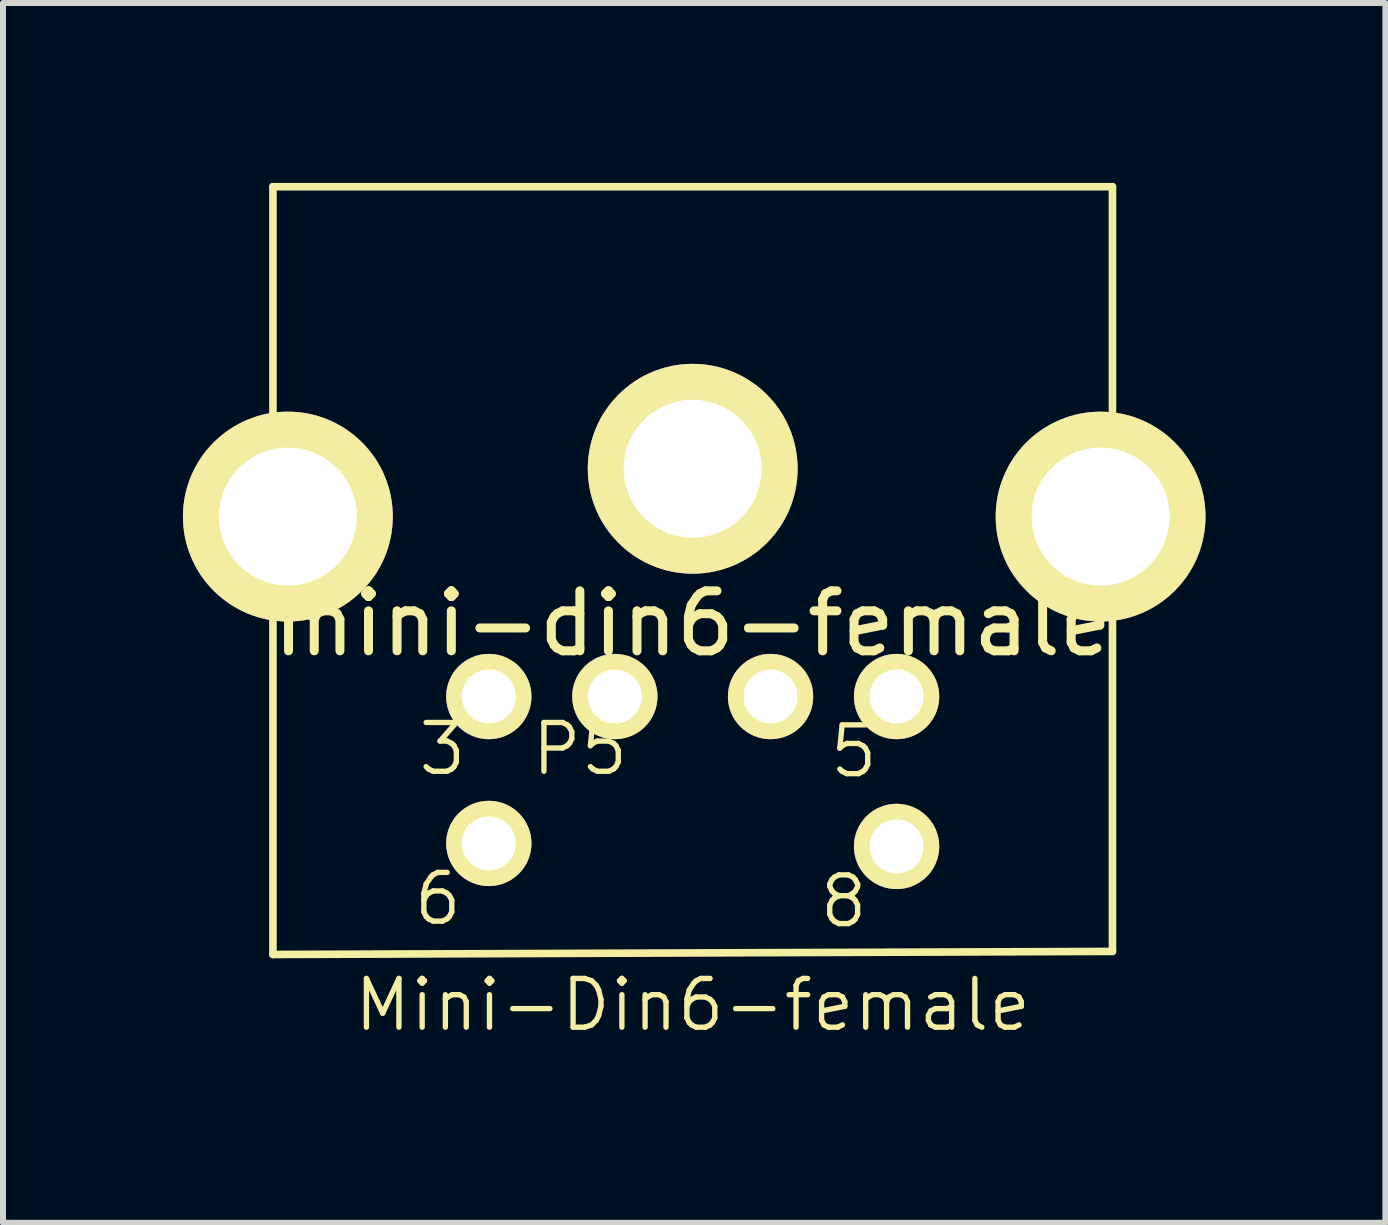
<source format=kicad_pcb>
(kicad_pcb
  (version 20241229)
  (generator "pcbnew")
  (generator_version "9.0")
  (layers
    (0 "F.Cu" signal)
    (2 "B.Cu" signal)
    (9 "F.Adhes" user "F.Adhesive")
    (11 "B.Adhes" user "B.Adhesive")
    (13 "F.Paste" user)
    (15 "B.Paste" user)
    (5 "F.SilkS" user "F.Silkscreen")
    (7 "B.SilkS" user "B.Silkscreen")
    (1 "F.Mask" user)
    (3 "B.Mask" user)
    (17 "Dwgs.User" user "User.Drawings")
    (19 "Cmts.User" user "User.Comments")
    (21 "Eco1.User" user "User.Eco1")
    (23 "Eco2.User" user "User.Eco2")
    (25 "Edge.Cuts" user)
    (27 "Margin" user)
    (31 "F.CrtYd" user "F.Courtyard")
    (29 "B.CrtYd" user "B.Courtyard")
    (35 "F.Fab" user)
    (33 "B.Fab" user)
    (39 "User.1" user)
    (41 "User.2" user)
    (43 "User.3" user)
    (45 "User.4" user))
  (footprint "mini-din6-female"
    (layer "F.Cu")
    (at 8.498 6.845)
    (property "Reference" "mini-din6-female" (at 0 0.5 0) (layer "F.SilkS") (effects (font (size 1 1) (thickness 0.15))))
    (attr through_hole)
    (fp_line (start -6.998 -6.782) (end -6.998 -2.281) (stroke (width 0.127) (type solid)) (layer "F.SilkS"))
    (fp_line (start -6.998 -2.281) (end -6.998 6.017) (stroke (width 0.127) (type solid)) (layer "F.SilkS"))
    (fp_line (start -6.998 -2.281) (end -6.698 -2.281) (stroke (width 0.127) (type solid)) (layer "F.SilkS"))
    (fp_line (start -6.998 6.017) (end 6.998 5.966) (stroke (width 0.127) (type solid)) (layer "F.SilkS"))
    (fp_line (start -6.698 -2.281) (end -6.698 -0.284) (stroke (width 0.127) (type solid)) (layer "F.SilkS"))
    (fp_line (start -6.698 -0.284) (end -6.949 -0.284) (stroke (width 0.127) (type solid)) (layer "F.SilkS"))
    (fp_line (start 6.698 -2.281) (end 6.698 -0.284) (stroke (width 0.127) (type solid)) (layer "F.SilkS"))
    (fp_line (start 6.698 -0.284) (end 6.998 -0.284) (stroke (width 0.127) (type solid)) (layer "F.SilkS"))
    (fp_line (start 6.998 -6.782) (end -6.998 -6.782) (stroke (width 0.127) (type solid)) (layer "F.SilkS"))
    (fp_line (start 6.998 -2.281) (end 6.698 -2.281) (stroke (width 0.127) (type solid)) (layer "F.SilkS"))
    (fp_line (start 6.998 -2.281) (end 6.998 -6.782) (stroke (width 0.127) (type solid)) (layer "F.SilkS"))
    (fp_line (start 6.998 -0.284) (end 6.998 -2.281) (stroke (width 0.127) (type solid)) (layer "F.SilkS"))
    (fp_line (start 6.998 5.966) (end 6.998 -0.284) (stroke (width 0.127) (type solid)) (layer "F.SilkS"))
    (fp_text user "3" (at -4.173 2.591 0) (layer "F.SilkS") (effects (font (size 0.813 0.813) (thickness 0.089))))
    (fp_text user "8" (at 2.517 5.131 0) (layer "F.SilkS") (effects (font (size 0.813 0.813) (thickness 0.089))))
    (fp_text user "P5" (at -1.88 2.591 0) (layer "F.SilkS") (effects (font (size 0.813 0.813) (thickness 0.089))))
    (fp_text user "5" (at 2.685 2.631 0) (layer "F.SilkS") (effects (font (size 0.813 0.813) (thickness 0.089))))
    (fp_text user "Mini-Din6-female" (at 0 6.858 0) (layer "F.SilkS") (effects (font (size 0.813 0.813) (thickness 0.089))))
    (fp_text user "6" (at -4.249 5.09 0) (layer "F.SilkS") (effects (font (size 0.813 0.813) (thickness 0.089))))
    (pad "1" thru_hole circle (at -1.298 1.717) (size 1.422 1.422) (drill 0.899) (layers "*.Cu" "*.Mask" "F.SilkS"))
    (pad "2" thru_hole circle (at 1.298 1.717) (size 1.422 1.422) (drill 0.899) (layers "*.Cu" "*.Mask" "F.SilkS"))
    (pad "3" thru_hole circle (at -3.399 1.717) (size 1.422 1.422) (drill 0.899) (layers "*.Cu" "*.Mask" "F.SilkS"))
    (pad "5" thru_hole circle (at 3.399 1.717) (size 1.422 1.422) (drill 0.899) (layers "*.Cu" "*.Mask" "F.SilkS"))
    (pad "6" thru_hole circle (at -3.399 4.166) (size 1.422 1.422) (drill 0.899) (layers "*.Cu" "*.Mask" "F.SilkS"))
    (pad "8" thru_hole circle (at 3.399 4.216) (size 1.422 1.422) (drill 0.899) (layers "*.Cu" "*.Mask" "F.SilkS"))
    (pad "SH1" thru_hole circle (at 6.8 -1.283) (size 3.498 3.498) (drill 2.299) (layers "*.Cu" "*.Mask" "F.SilkS"))
    (pad "SH2" thru_hole circle (at 0 -2.08) (size 3.498 3.498) (drill 2.299) (layers "*.Cu" "*.Mask" "F.SilkS"))
    (pad "SH3" thru_hole circle (at -6.749 -1.283) (size 3.498 3.498) (drill 2.299) (layers "*.Cu" "*.Mask" "F.SilkS")))
  (gr_rect
    (start -3 -3)
    (end 20.046 17.335)
    (stroke (width 0.1) (type default))
    (fill no)
    (layer "Edge.Cuts")))
</source>
